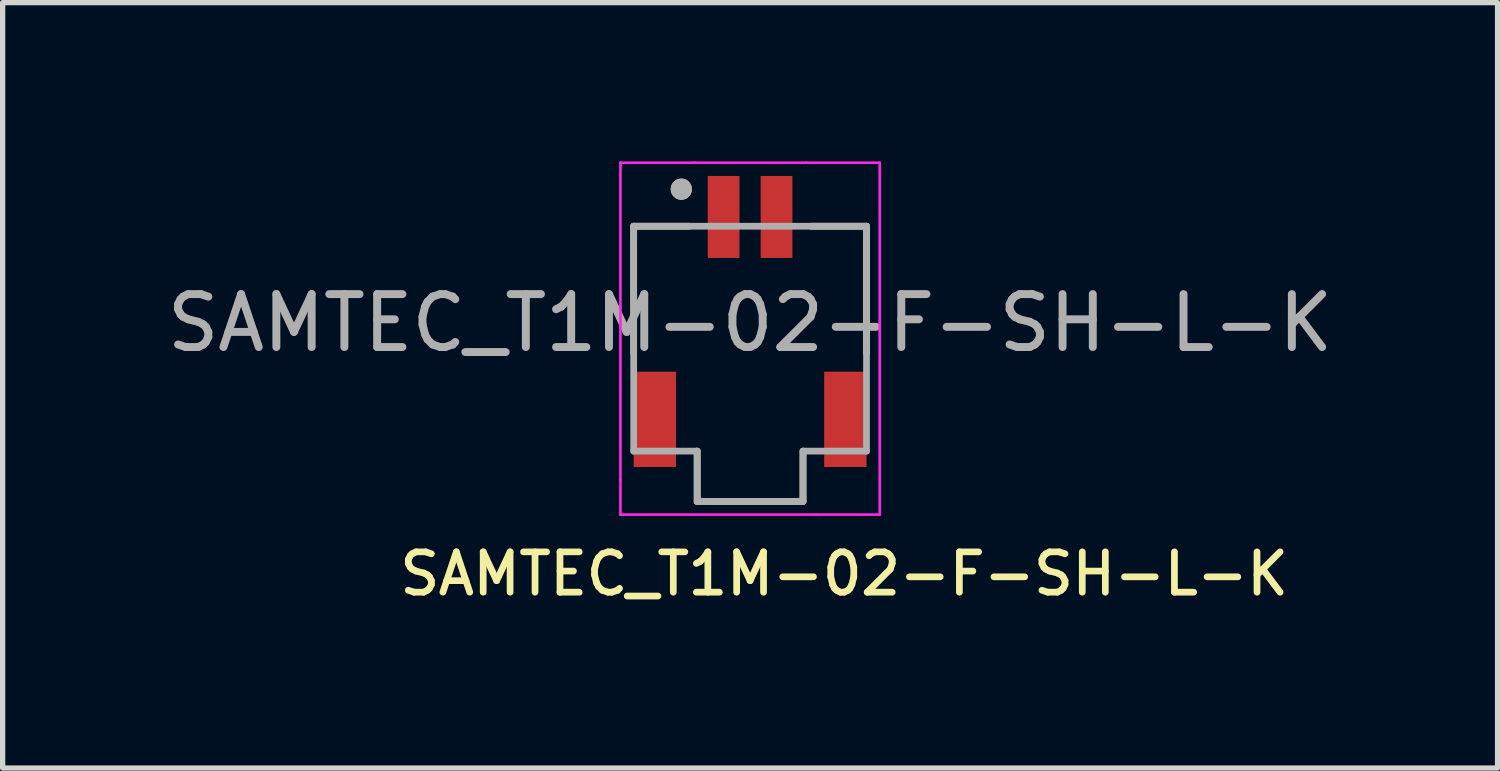
<source format=kicad_pcb>
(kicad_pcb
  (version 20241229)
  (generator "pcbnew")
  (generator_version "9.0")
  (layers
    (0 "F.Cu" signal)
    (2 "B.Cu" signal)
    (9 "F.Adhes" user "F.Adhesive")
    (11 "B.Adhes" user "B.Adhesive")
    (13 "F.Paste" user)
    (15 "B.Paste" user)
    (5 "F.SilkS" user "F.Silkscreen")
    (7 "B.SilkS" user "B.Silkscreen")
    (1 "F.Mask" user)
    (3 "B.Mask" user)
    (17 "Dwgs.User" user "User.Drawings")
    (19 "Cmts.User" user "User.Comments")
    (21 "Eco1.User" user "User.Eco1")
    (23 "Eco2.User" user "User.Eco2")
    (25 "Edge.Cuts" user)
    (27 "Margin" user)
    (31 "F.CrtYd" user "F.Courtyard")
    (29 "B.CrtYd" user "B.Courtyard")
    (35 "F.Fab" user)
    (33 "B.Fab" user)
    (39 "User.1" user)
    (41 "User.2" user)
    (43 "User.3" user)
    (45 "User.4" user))
  (footprint "SAMTEC_T1M-02-F-SH-L-K"
    (layer "F.Cu")
    (at 11.125 1.225)
    (property "Reference" "SAMTEC_T1M-02-F-SH-L-K" (at 1.778 6.57 180) (layer "F.SilkS") (effects (font (size 0.762 0.762) (thickness 0.127))))
    (attr smd)
    (fp_line (start -2.2 0) (end -2.2 2.4) (stroke (width 0.127) (type solid)) (layer "F.SilkS"))
    (fp_line (start -1.15 0) (end -2.2 0) (stroke (width 0.127) (type solid)) (layer "F.SilkS"))
    (fp_line (start -1 4.25) (end -1 5.2) (stroke (width 0.127) (type solid)) (layer "F.SilkS"))
    (fp_line (start -1 5.2) (end 1 5.2) (stroke (width 0.127) (type solid)) (layer "F.SilkS"))
    (fp_line (start 1 5.2) (end 1 4.25) (stroke (width 0.127) (type solid)) (layer "F.SilkS"))
    (fp_line (start 1.15 0) (end 2.2 0) (stroke (width 0.127) (type solid)) (layer "F.SilkS"))
    (fp_line (start 2.2 0) (end 2.2 2.4) (stroke (width 0.127) (type solid)) (layer "F.SilkS"))
    (fp_circle (center -1.3 -0.7) (end -1.2 -0.7) (stroke (width 0.2) (type solid)) (fill no) (layer "F.SilkS"))
    (fp_line (start -2.45 -1.2) (end -1.05 -1.2) (stroke (width 0.05) (type solid)) (layer "F.CrtYd"))
    (fp_line (start -2.45 4.8) (end -2.45 -1.2) (stroke (width 0.05) (type solid)) (layer "F.CrtYd"))
    (fp_line (start -2.45 5.45) (end -2.45 4.8) (stroke (width 0.05) (type solid)) (layer "F.CrtYd"))
    (fp_line (start -1.05 -1.2) (end 1.05 -1.2) (stroke (width 0.05) (type solid)) (layer "F.CrtYd"))
    (fp_line (start 1.05 -1.2) (end 2.45 -1.2) (stroke (width 0.05) (type solid)) (layer "F.CrtYd"))
    (fp_line (start 1.25 5.45) (end -2.45 5.45) (stroke (width 0.05) (type solid)) (layer "F.CrtYd"))
    (fp_line (start 2.45 -1.2) (end 2.45 5.45) (stroke (width 0.05) (type solid)) (layer "F.CrtYd"))
    (fp_line (start 2.45 5.45) (end 1.25 5.45) (stroke (width 0.05) (type solid)) (layer "F.CrtYd"))
    (fp_line (start -2.2 0) (end 2.2 0) (stroke (width 0.127) (type solid)) (layer "F.Fab"))
    (fp_line (start -2.2 4.25) (end -2.2 0) (stroke (width 0.127) (type solid)) (layer "F.Fab"))
    (fp_line (start -1 4.25) (end -2.2 4.25) (stroke (width 0.127) (type solid)) (layer "F.Fab"))
    (fp_line (start -1 4.25) (end -1 5.2) (stroke (width 0.127) (type solid)) (layer "F.Fab"))
    (fp_line (start -1 5.2) (end 1 5.2) (stroke (width 0.127) (type solid)) (layer "F.Fab"))
    (fp_line (start 1 5.2) (end 1 4.25) (stroke (width 0.127) (type solid)) (layer "F.Fab"))
    (fp_line (start 2.2 0) (end 2.2 4.25) (stroke (width 0.127) (type solid)) (layer "F.Fab"))
    (fp_line (start 2.2 4.25) (end 1 4.25) (stroke (width 0.127) (type solid)) (layer "F.Fab"))
    (fp_circle (center -1.3 -0.7) (end -1.2 -0.7) (stroke (width 0.2) (type solid)) (fill no) (layer "F.Fab"))
    (fp_text user "${REFERENCE}" (at 0 2.413 0) (unlocked yes) (layer "F.Fab") (effects (font (size 1 1) (thickness 0.15)) (justify bottom)))
    (pad "1" smd rect (at -0.5 -0.175 90) (size 1.55 0.6) (layers "F.Cu" "F.Mask" "F.Paste"))
    (pad "2" smd rect (at 0.5 -0.175 90) (size 1.55 0.6) (layers "F.Cu" "F.Mask" "F.Paste"))
    (pad "S1" smd rect (at -1.8 3.65 90) (size 1.8 0.8) (layers "F.Cu" "F.Mask" "F.Paste"))
    (pad "S2" smd rect (at 1.8 3.65 90) (size 1.8 0.8) (layers "F.Cu" "F.Mask" "F.Paste")))
  (gr_rect
    (start -3 -3)
    (end 25.25 11.464)
    (stroke (width 0.1) (type default))
    (fill no)
    (layer "Edge.Cuts")))
</source>
